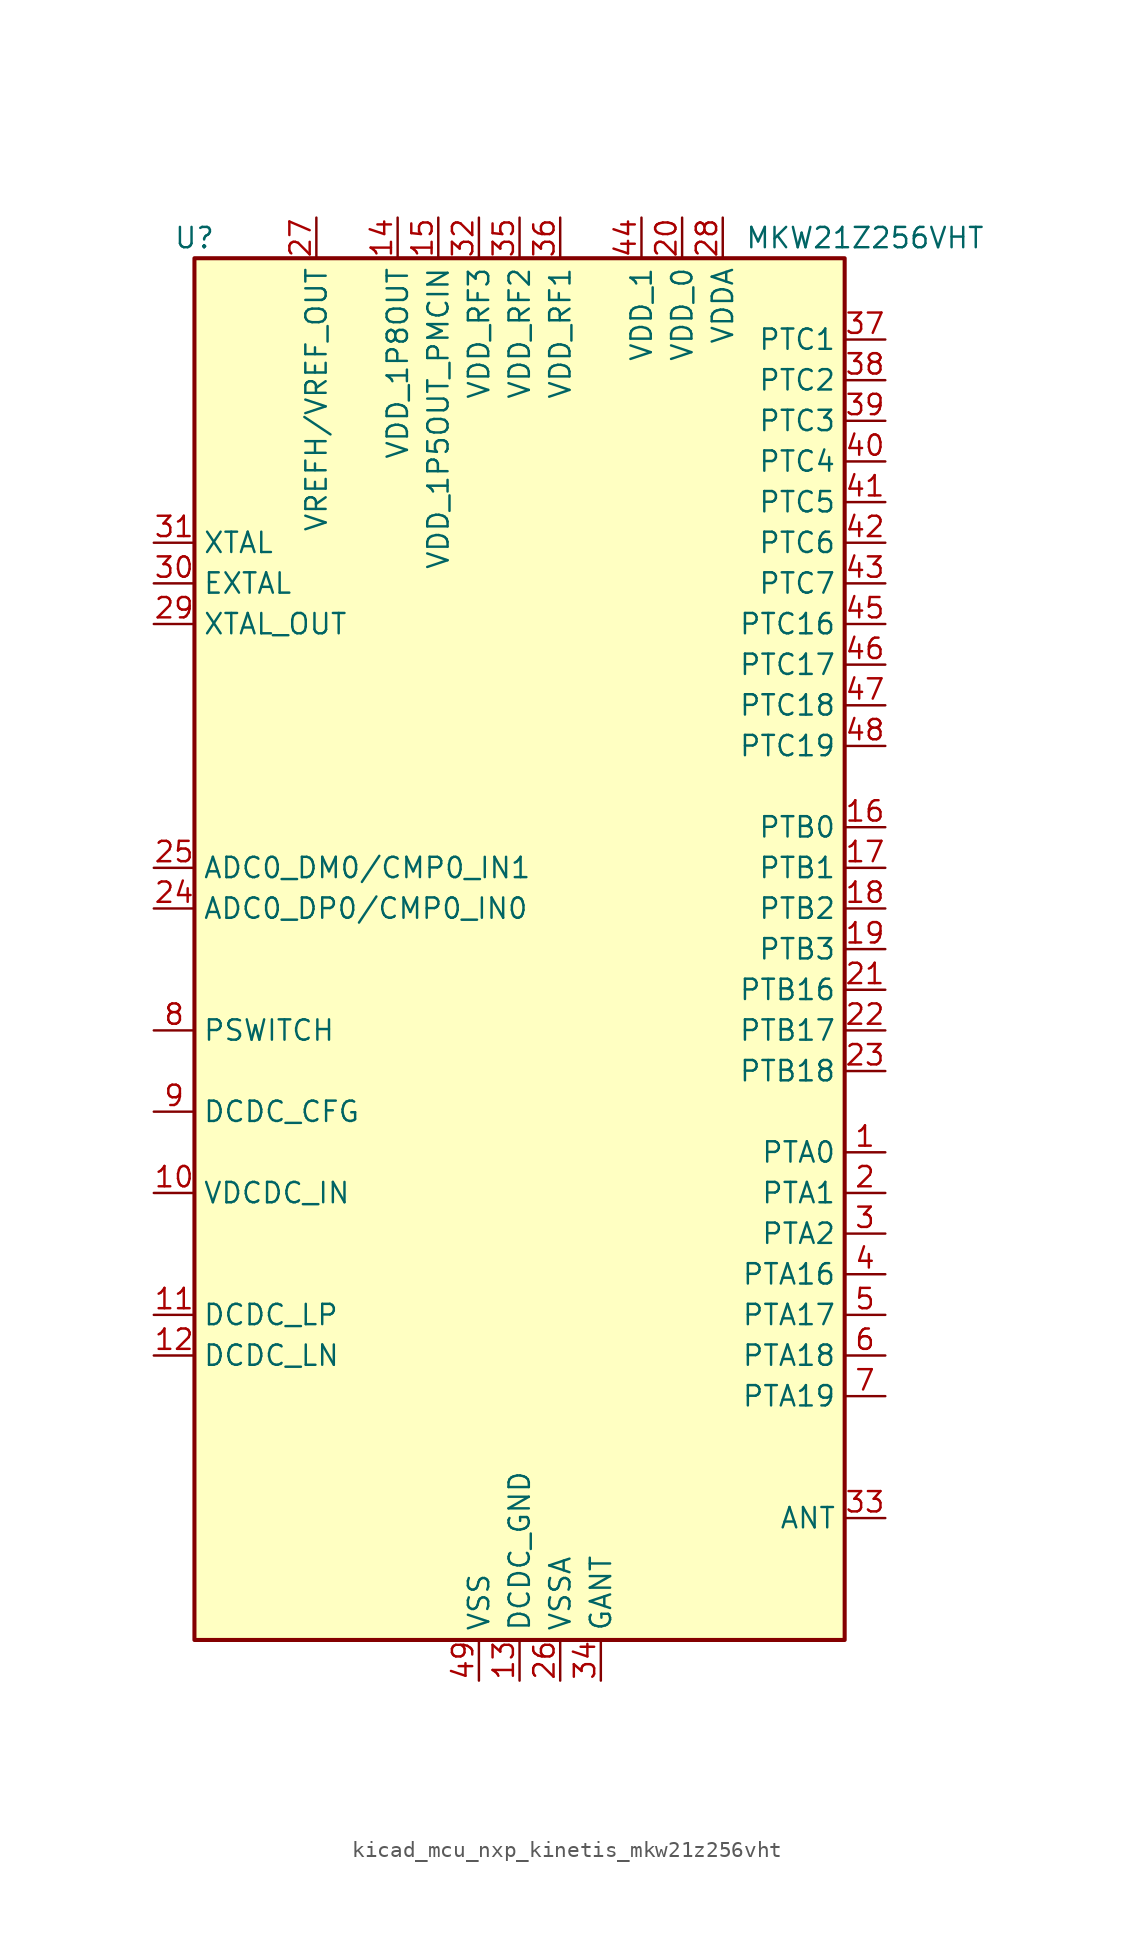
<source format=kicad_sym>
(kicad_symbol_lib
  (version 20220914)
  (generator kicad_symbol_editor)
  (symbol "kicad_mcu_nxp_kinetis_mkw21z256vht"
    (property "Reference" "U"
      (at -20.32 44.45 0)
      (effects (font (size 1.27 1.27))))
    (property "Value" "MKW21Z256VHT"
      (at 21.59 44.45 0)
      (effects (font (size 1.27 1.27))))
    (symbol "kicad_mcu_nxp_kinetis_mkw21z256vht_0_0"
      (pin bidirectional line (at 22.86 -12.7 180) (length 2.54) (name "PTA0" (effects (font (size 1.27 1.27)))) (number "1" (effects (font (size 1.27 1.27)))))
      (pin power_in line (at -22.86 -15.24 0) (length 2.54) (name "VDCDC_IN" (effects (font (size 1.27 1.27)))) (number "10" (effects (font (size 1.27 1.27)))))
      (pin passive line (at -22.86 -22.86 0) (length 2.54) (name "DCDC_LP" (effects (font (size 1.27 1.27)))) (number "11" (effects (font (size 1.27 1.27)))))
      (pin passive line (at -22.86 -25.4 0) (length 2.54) (name "DCDC_LN" (effects (font (size 1.27 1.27)))) (number "12" (effects (font (size 1.27 1.27)))))
      (pin power_in line (at 0 -45.72 90) (length 2.54) (name "DCDC_GND" (effects (font (size 1.27 1.27)))) (number "13" (effects (font (size 1.27 1.27)))))
      (pin power_out line (at -7.62 45.72 270) (length 2.54) (name "VDD_1P8OUT" (effects (font (size 1.27 1.27)))) (number "14" (effects (font (size 1.27 1.27)))))
      (pin power_out line (at -5.08 45.72 270) (length 2.54) (name "VDD_1P5OUT_PMCIN" (effects (font (size 1.27 1.27)))) (number "15" (effects (font (size 1.27 1.27)))))
      (pin bidirectional line (at 22.86 7.62 180) (length 2.54) (name "PTB0" (effects (font (size 1.27 1.27)))) (number "16" (effects (font (size 1.27 1.27)))))
      (pin bidirectional line (at 22.86 5.08 180) (length 2.54) (name "PTB1" (effects (font (size 1.27 1.27)))) (number "17" (effects (font (size 1.27 1.27)))))
      (pin bidirectional line (at 22.86 2.54 180) (length 2.54) (name "PTB2" (effects (font (size 1.27 1.27)))) (number "18" (effects (font (size 1.27 1.27)))))
      (pin bidirectional line (at 22.86 0 180) (length 2.54) (name "PTB3" (effects (font (size 1.27 1.27)))) (number "19" (effects (font (size 1.27 1.27)))))
      (pin bidirectional line (at 22.86 -15.24 180) (length 2.54) (name "PTA1" (effects (font (size 1.27 1.27)))) (number "2" (effects (font (size 1.27 1.27)))))
      (pin power_in line (at 10.16 45.72 270) (length 2.54) (name "VDD_0" (effects (font (size 1.27 1.27)))) (number "20" (effects (font (size 1.27 1.27)))))
      (pin bidirectional line (at 22.86 -2.54 180) (length 2.54) (name "PTB16" (effects (font (size 1.27 1.27)))) (number "21" (effects (font (size 1.27 1.27)))))
      (pin bidirectional line (at 22.86 -5.08 180) (length 2.54) (name "PTB17" (effects (font (size 1.27 1.27)))) (number "22" (effects (font (size 1.27 1.27)))))
      (pin bidirectional line (at 22.86 -7.62 180) (length 2.54) (name "PTB18" (effects (font (size 1.27 1.27)))) (number "23" (effects (font (size 1.27 1.27)))))
      (pin input line (at -22.86 2.54 0) (length 2.54) (name "ADC0_DP0/CMP0_IN0" (effects (font (size 1.27 1.27)))) (number "24" (effects (font (size 1.27 1.27)))))
      (pin input line (at -22.86 5.08 0) (length 2.54) (name "ADC0_DM0/CMP0_IN1" (effects (font (size 1.27 1.27)))) (number "25" (effects (font (size 1.27 1.27)))))
      (pin power_in line (at 2.54 -45.72 90) (length 2.54) (name "VSSA" (effects (font (size 1.27 1.27)))) (number "26" (effects (font (size 1.27 1.27)))))
      (pin bidirectional line (at -12.7 45.72 270) (length 2.54) (name "VREFH/VREF_OUT" (effects (font (size 1.27 1.27)))) (number "27" (effects (font (size 1.27 1.27)))))
      (pin power_in line (at 12.7 45.72 270) (length 2.54) (name "VDDA" (effects (font (size 1.27 1.27)))) (number "28" (effects (font (size 1.27 1.27)))))
      (pin output line (at -22.86 20.32 0) (length 2.54) (name "XTAL_OUT" (effects (font (size 1.27 1.27)))) (number "29" (effects (font (size 1.27 1.27)))))
      (pin bidirectional line (at 22.86 -17.78 180) (length 2.54) (name "PTA2" (effects (font (size 1.27 1.27)))) (number "3" (effects (font (size 1.27 1.27)))))
      (pin input line (at -22.86 22.86 0) (length 2.54) (name "EXTAL" (effects (font (size 1.27 1.27)))) (number "30" (effects (font (size 1.27 1.27)))))
      (pin input line (at -22.86 25.4 0) (length 2.54) (name "XTAL" (effects (font (size 1.27 1.27)))) (number "31" (effects (font (size 1.27 1.27)))))
      (pin power_in line (at -2.54 45.72 270) (length 2.54) (name "VDD_RF3" (effects (font (size 1.27 1.27)))) (number "32" (effects (font (size 1.27 1.27)))))
      (pin passive line (at 22.86 -35.56 180) (length 2.54) (name "ANT" (effects (font (size 1.27 1.27)))) (number "33" (effects (font (size 1.27 1.27)))))
      (pin power_in line (at 5.08 -45.72 90) (length 2.54) (name "GANT" (effects (font (size 1.27 1.27)))) (number "34" (effects (font (size 1.27 1.27)))))
      (pin power_in line (at 0 45.72 270) (length 2.54) (name "VDD_RF2" (effects (font (size 1.27 1.27)))) (number "35" (effects (font (size 1.27 1.27)))))
      (pin power_in line (at 2.54 45.72 270) (length 2.54) (name "VDD_RF1" (effects (font (size 1.27 1.27)))) (number "36" (effects (font (size 1.27 1.27)))))
      (pin bidirectional line (at 22.86 38.1 180) (length 2.54) (name "PTC1" (effects (font (size 1.27 1.27)))) (number "37" (effects (font (size 1.27 1.27)))))
      (pin bidirectional line (at 22.86 35.56 180) (length 2.54) (name "PTC2" (effects (font (size 1.27 1.27)))) (number "38" (effects (font (size 1.27 1.27)))))
      (pin bidirectional line (at 22.86 33.02 180) (length 2.54) (name "PTC3" (effects (font (size 1.27 1.27)))) (number "39" (effects (font (size 1.27 1.27)))))
      (pin bidirectional line (at 22.86 -20.32 180) (length 2.54) (name "PTA16" (effects (font (size 1.27 1.27)))) (number "4" (effects (font (size 1.27 1.27)))))
      (pin bidirectional line (at 22.86 30.48 180) (length 2.54) (name "PTC4" (effects (font (size 1.27 1.27)))) (number "40" (effects (font (size 1.27 1.27)))))
      (pin bidirectional line (at 22.86 27.94 180) (length 2.54) (name "PTC5" (effects (font (size 1.27 1.27)))) (number "41" (effects (font (size 1.27 1.27)))))
      (pin bidirectional line (at 22.86 25.4 180) (length 2.54) (name "PTC6" (effects (font (size 1.27 1.27)))) (number "42" (effects (font (size 1.27 1.27)))))
      (pin bidirectional line (at 22.86 22.86 180) (length 2.54) (name "PTC7" (effects (font (size 1.27 1.27)))) (number "43" (effects (font (size 1.27 1.27)))))
      (pin power_in line (at 7.62 45.72 270) (length 2.54) (name "VDD_1" (effects (font (size 1.27 1.27)))) (number "44" (effects (font (size 1.27 1.27)))))
      (pin bidirectional line (at 22.86 20.32 180) (length 2.54) (name "PTC16" (effects (font (size 1.27 1.27)))) (number "45" (effects (font (size 1.27 1.27)))))
      (pin bidirectional line (at 22.86 17.78 180) (length 2.54) (name "PTC17" (effects (font (size 1.27 1.27)))) (number "46" (effects (font (size 1.27 1.27)))))
      (pin bidirectional line (at 22.86 15.24 180) (length 2.54) (name "PTC18" (effects (font (size 1.27 1.27)))) (number "47" (effects (font (size 1.27 1.27)))))
      (pin bidirectional line (at 22.86 12.7 180) (length 2.54) (name "PTC19" (effects (font (size 1.27 1.27)))) (number "48" (effects (font (size 1.27 1.27)))))
      (pin power_in line (at -2.54 -45.72 90) (length 2.54) (name "VSS" (effects (font (size 1.27 1.27)))) (number "49" (effects (font (size 1.27 1.27)))))
      (pin bidirectional line (at 22.86 -22.86 180) (length 2.54) (name "PTA17" (effects (font (size 1.27 1.27)))) (number "5" (effects (font (size 1.27 1.27)))))
      (pin bidirectional line (at 22.86 -25.4 180) (length 2.54) (name "PTA18" (effects (font (size 1.27 1.27)))) (number "6" (effects (font (size 1.27 1.27)))))
      (pin bidirectional line (at 22.86 -27.94 180) (length 2.54) (name "PTA19" (effects (font (size 1.27 1.27)))) (number "7" (effects (font (size 1.27 1.27)))))
      (pin input line (at -22.86 -5.08 0) (length 2.54) (name "PSWITCH" (effects (font (size 1.27 1.27)))) (number "8" (effects (font (size 1.27 1.27)))))
      (pin input line (at -22.86 -10.16 0) (length 2.54) (name "DCDC_CFG" (effects (font (size 1.27 1.27)))) (number "9" (effects (font (size 1.27 1.27))))))
    (symbol "kicad_mcu_nxp_kinetis_mkw21z256vht_0_1"
      (rectangle (start -20.32 -43.18) (end 20.32 43.18) (stroke (width 0.254) (type default)) (fill (type background))))))
</source>
